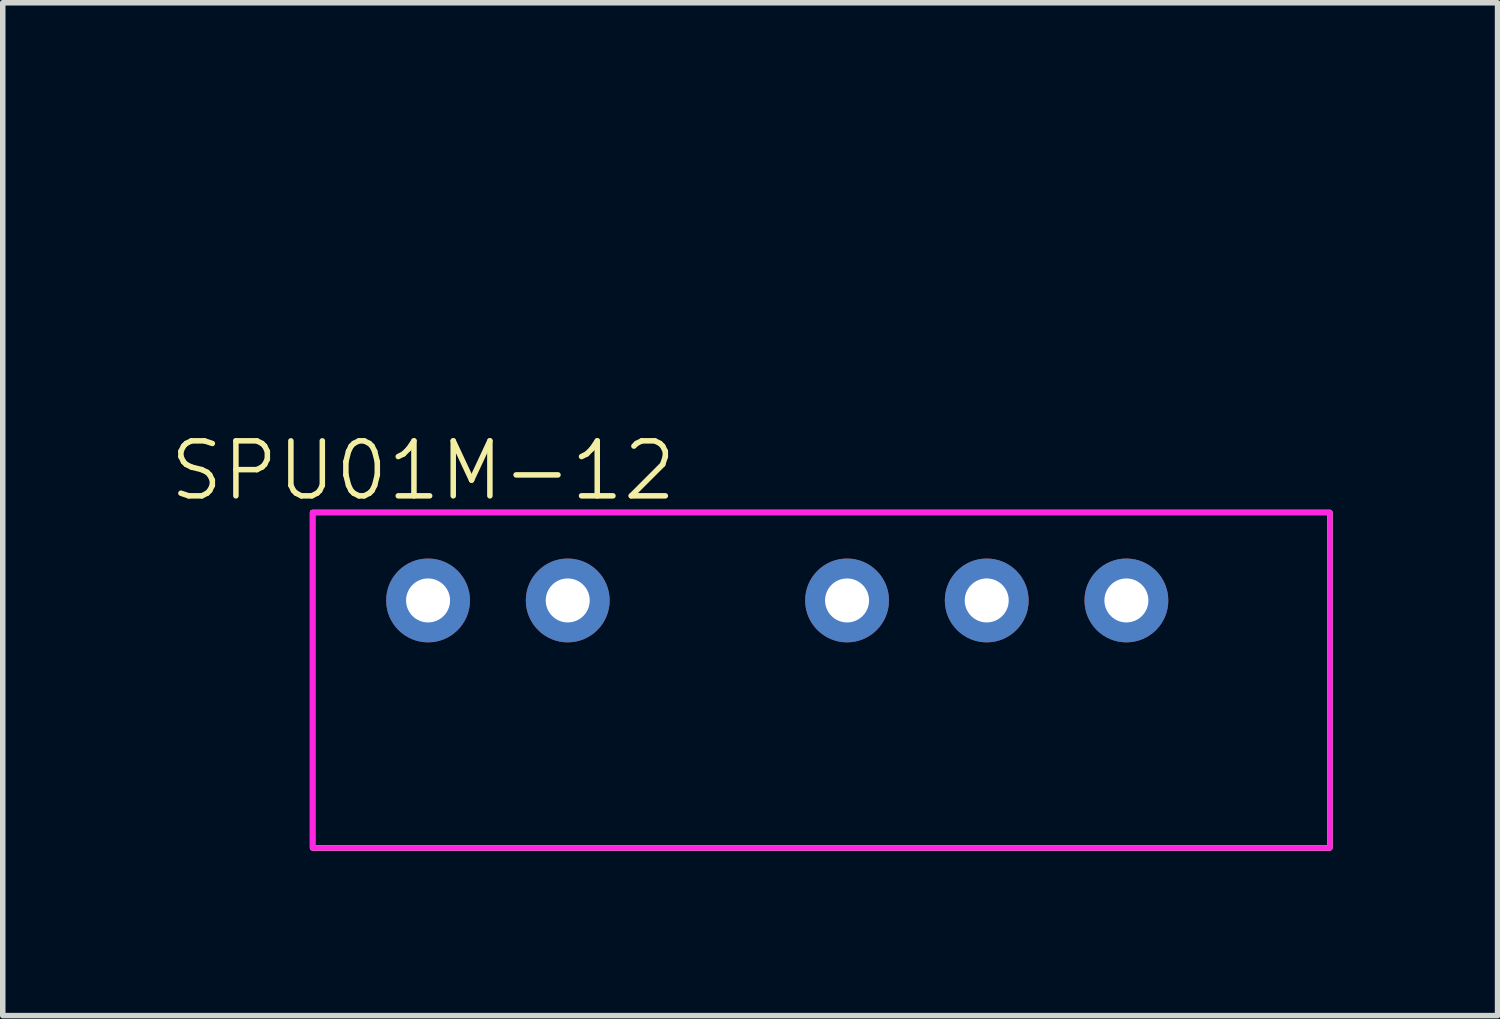
<source format=kicad_pcb>
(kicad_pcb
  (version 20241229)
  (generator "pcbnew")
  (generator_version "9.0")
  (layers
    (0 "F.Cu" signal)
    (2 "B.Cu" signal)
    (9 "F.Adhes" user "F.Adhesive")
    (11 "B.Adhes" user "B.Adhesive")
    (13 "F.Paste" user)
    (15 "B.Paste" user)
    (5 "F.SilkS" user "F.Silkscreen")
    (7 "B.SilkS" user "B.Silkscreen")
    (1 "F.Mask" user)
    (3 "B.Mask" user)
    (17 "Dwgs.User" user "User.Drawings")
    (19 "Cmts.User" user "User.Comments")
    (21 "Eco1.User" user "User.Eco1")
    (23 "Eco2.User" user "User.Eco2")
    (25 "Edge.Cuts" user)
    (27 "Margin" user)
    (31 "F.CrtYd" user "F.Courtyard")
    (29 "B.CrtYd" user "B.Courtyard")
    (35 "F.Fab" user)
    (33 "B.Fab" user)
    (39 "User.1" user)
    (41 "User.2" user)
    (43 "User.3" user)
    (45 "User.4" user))
  (footprint "SPU01M-12"
    (layer "F.Cu")
    (at 9.815 0.25)
    (property "Reference" "SPU01M-12" (at -5.17 5.26 0) (unlocked yes) (layer "F.SilkS") (effects (font (size 1 1) (thickness 0.1))))
    (attr through_hole)
    (fp_rect (start -7.18 6.02) (end 11.32 12.12) (stroke (width 0.1) (type default)) (fill no) (layer "F.SilkS"))
    (fp_rect (start -7.18 6.02) (end 11.32 12.12) (stroke (width 0.1) (type default)) (fill no) (layer "F.CrtYd"))
    (pad "1" thru_hole circle (at -5.08 7.62) (size 1.524 1.524) (drill 0.8) (layers "*.Cu" "*.Mask"))
    (pad "2" thru_hole circle (at -2.54 7.62) (size 1.524 1.524) (drill 0.8) (layers "*.Cu" "*.Mask"))
    (pad "4" thru_hole circle (at 2.54 7.62) (size 1.524 1.524) (drill 0.8) (layers "*.Cu" "*.Mask"))
    (pad "5" thru_hole circle (at 5.08 7.62) (size 1.524 1.524) (drill 0.8) (layers "*.Cu" "*.Mask"))
    (pad "6" thru_hole circle (at 7.62 7.62) (size 1.524 1.524) (drill 0.8) (layers "*.Cu" "*.Mask")))
  (gr_rect
    (start -3 -3)
    (end 24.185 15.42)
    (stroke (width 0.1) (type default))
    (fill no)
    (layer "Edge.Cuts")))
</source>
